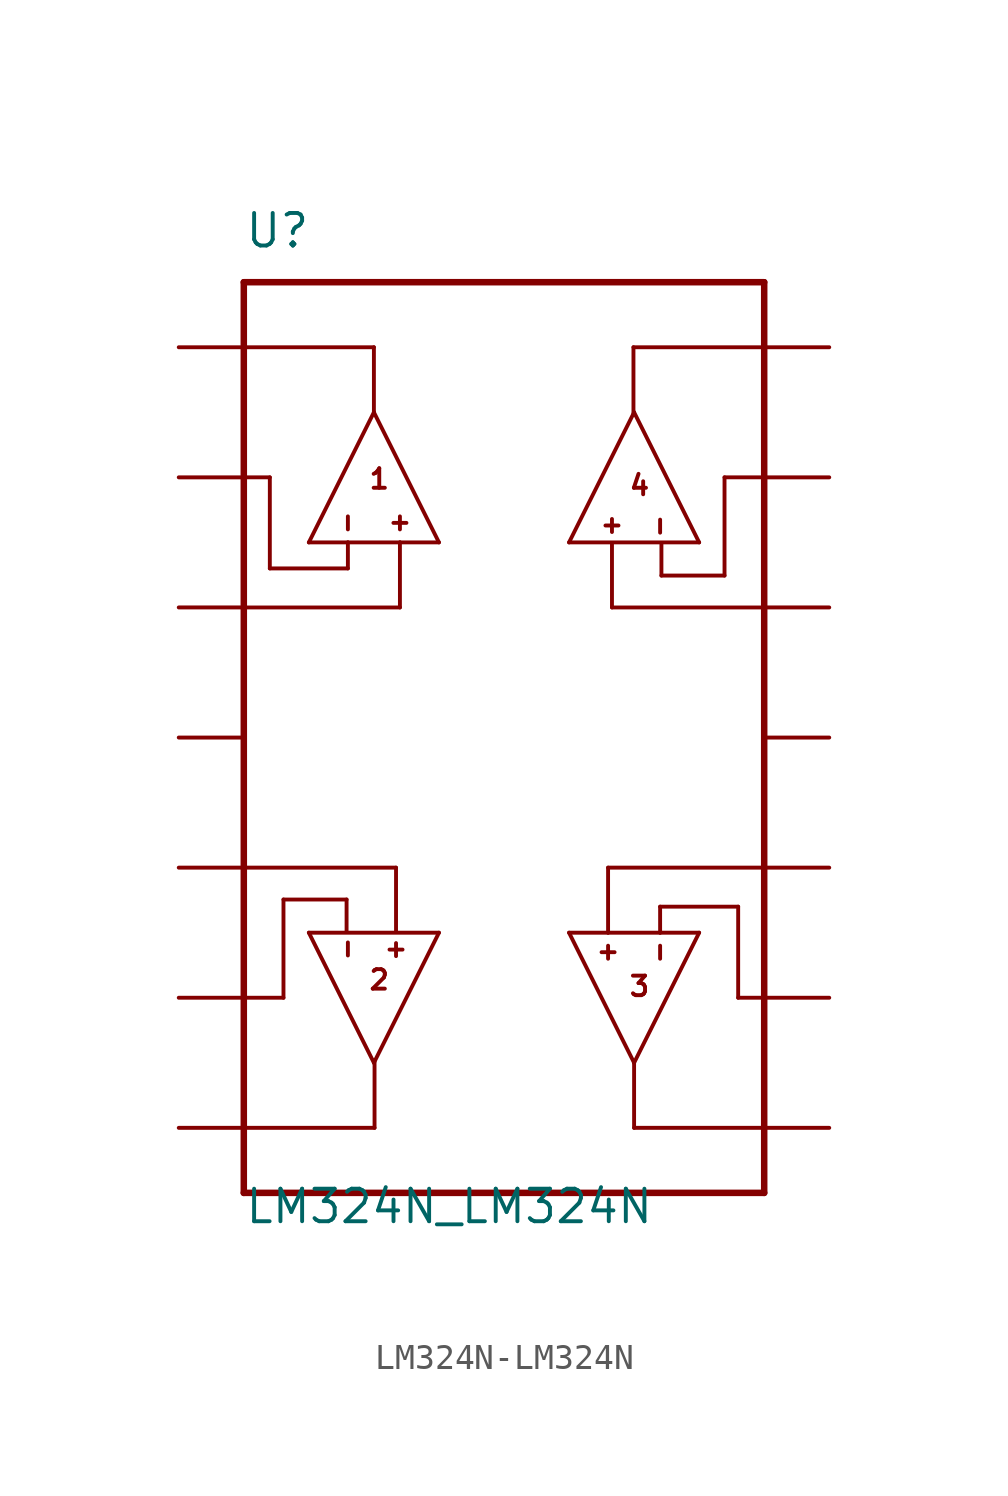
<source format=kicad_sym>
(kicad_symbol_lib
  (version 20220914)
  (generator kicad_symbol_editor)
  (symbol "LM324N-LM324N"
    (pin_numbers hide)
    (pin_names
      (offset 1.016) hide)
    (property "Reference" "U"
      (at -10.16 19.05 0)
      (effects (font (size 1.27 1.27)) (justify left bottom)))
    (property "Value" "LM324N_LM324N"
      (at -10.16 -19.05 0)
      (effects (font (size 1.27 1.27)) (justify left bottom)))
    (property "ki_locked" ""
      (at 0 0 0)
      (effects (font (size 1.27 1.27))))
    (symbol "LM324N-LM324N_0_0"
      (polyline (pts (xy -10.16 -17.78) (xy 10.16 -17.78)) (stroke (width 0.254) (type solid)) (fill (type none)))
      (polyline (pts (xy -10.16 17.78) (xy -10.16 -17.78)) (stroke (width 0.254) (type solid)) (fill (type none)))
      (polyline (pts (xy -9.144 6.604) (xy -9.144 10.16)) (stroke (width 0.152) (type solid)) (fill (type none)))
      (polyline (pts (xy -9.144 10.16) (xy -10.16 10.16)) (stroke (width 0.152) (type solid)) (fill (type none)))
      (polyline (pts (xy -8.611 -10.16) (xy -10.16 -10.16)) (stroke (width 0.152) (type solid)) (fill (type none)))
      (polyline (pts (xy -8.611 -6.325) (xy -8.611 -10.16)) (stroke (width 0.152) (type solid)) (fill (type none)))
      (polyline (pts (xy -7.62 -7.62) (xy -2.54 -7.62)) (stroke (width 0.152) (type solid)) (fill (type none)))
      (polyline (pts (xy -7.62 7.62) (xy -5.08 12.7)) (stroke (width 0.152) (type solid)) (fill (type none)))
      (polyline (pts (xy -6.147 -7.595) (xy -6.147 -6.325)) (stroke (width 0.152) (type solid)) (fill (type none)))
      (polyline (pts (xy -6.147 -6.325) (xy -8.611 -6.325)) (stroke (width 0.152) (type solid)) (fill (type none)))
      (polyline (pts (xy -6.096 -8.509) (xy -6.096 -8.001)) (stroke (width 0.152) (type solid)) (fill (type none)))
      (polyline (pts (xy -6.096 6.604) (xy -9.144 6.604)) (stroke (width 0.152) (type solid)) (fill (type none)))
      (polyline (pts (xy -6.096 7.62) (xy -7.62 7.62)) (stroke (width 0.152) (type solid)) (fill (type none)))
      (polyline (pts (xy -6.096 7.62) (xy -6.096 6.604)) (stroke (width 0.152) (type solid)) (fill (type none)))
      (polyline (pts (xy -6.096 8.636) (xy -6.096 8.128)) (stroke (width 0.152) (type solid)) (fill (type none)))
      (polyline (pts (xy -5.08 -12.7) (xy -7.62 -7.62)) (stroke (width 0.152) (type solid)) (fill (type none)))
      (polyline (pts (xy -5.08 12.7) (xy -5.08 15.24)) (stroke (width 0.152) (type solid)) (fill (type none)))
      (polyline (pts (xy -5.08 12.7) (xy -2.54 7.62)) (stroke (width 0.152) (type solid)) (fill (type none)))
      (polyline (pts (xy -5.08 15.24) (xy -10.16 15.24)) (stroke (width 0.152) (type solid)) (fill (type none)))
      (polyline (pts (xy -5.055 -15.24) (xy -10.16 -15.24)) (stroke (width 0.152) (type solid)) (fill (type none)))
      (polyline (pts (xy -5.055 -12.598) (xy -5.055 -15.24)) (stroke (width 0.152) (type solid)) (fill (type none)))
      (polyline (pts (xy -4.318 8.382) (xy -3.81 8.382)) (stroke (width 0.152) (type solid)) (fill (type none)))
      (polyline (pts (xy -4.216 -8.534) (xy -4.216 -8.026)) (stroke (width 0.152) (type solid)) (fill (type none)))
      (polyline (pts (xy -4.216 -7.569) (xy -4.216 -5.08)) (stroke (width 0.152) (type solid)) (fill (type none)))
      (polyline (pts (xy -4.216 -5.08) (xy -10.16 -5.08)) (stroke (width 0.152) (type solid)) (fill (type none)))
      (polyline (pts (xy -4.064 5.08) (xy -10.16 5.08)) (stroke (width 0.152) (type solid)) (fill (type none)))
      (polyline (pts (xy -4.064 7.62) (xy -6.096 7.62)) (stroke (width 0.152) (type solid)) (fill (type none)))
      (polyline (pts (xy -4.064 7.62) (xy -4.064 5.08)) (stroke (width 0.152) (type solid)) (fill (type none)))
      (polyline (pts (xy -4.064 8.128) (xy -4.064 8.636)) (stroke (width 0.152) (type solid)) (fill (type none)))
      (polyline (pts (xy -3.962 -8.28) (xy -4.47 -8.28)) (stroke (width 0.152) (type solid)) (fill (type none)))
      (polyline (pts (xy -2.54 -7.62) (xy -5.08 -12.7)) (stroke (width 0.152) (type solid)) (fill (type none)))
      (polyline (pts (xy -2.54 7.62) (xy -4.064 7.62)) (stroke (width 0.152) (type solid)) (fill (type none)))
      (polyline (pts (xy 2.54 -7.62) (xy 4.064 -7.62)) (stroke (width 0.152) (type solid)) (fill (type none)))
      (polyline (pts (xy 2.54 7.62) (xy 5.08 12.7)) (stroke (width 0.152) (type solid)) (fill (type none)))
      (polyline (pts (xy 3.962 8.28) (xy 4.47 8.28)) (stroke (width 0.152) (type solid)) (fill (type none)))
      (polyline (pts (xy 4.064 -8.128) (xy 4.064 -8.636)) (stroke (width 0.152) (type solid)) (fill (type none)))
      (polyline (pts (xy 4.064 -7.62) (xy 4.064 -5.08)) (stroke (width 0.152) (type solid)) (fill (type none)))
      (polyline (pts (xy 4.064 -7.62) (xy 6.096 -7.62)) (stroke (width 0.152) (type solid)) (fill (type none)))
      (polyline (pts (xy 4.064 -5.08) (xy 10.16 -5.08)) (stroke (width 0.152) (type solid)) (fill (type none)))
      (polyline (pts (xy 4.216 5.08) (xy 10.16 5.08)) (stroke (width 0.152) (type solid)) (fill (type none)))
      (polyline (pts (xy 4.216 7.569) (xy 4.216 5.08)) (stroke (width 0.152) (type solid)) (fill (type none)))
      (polyline (pts (xy 4.216 8.534) (xy 4.216 8.026)) (stroke (width 0.152) (type solid)) (fill (type none)))
      (polyline (pts (xy 4.318 -8.382) (xy 3.81 -8.382)) (stroke (width 0.152) (type solid)) (fill (type none)))
      (polyline (pts (xy 5.055 12.598) (xy 5.055 15.24)) (stroke (width 0.152) (type solid)) (fill (type none)))
      (polyline (pts (xy 5.055 15.24) (xy 10.16 15.24)) (stroke (width 0.152) (type solid)) (fill (type none)))
      (polyline (pts (xy 5.08 -15.24) (xy 10.16 -15.24)) (stroke (width 0.152) (type solid)) (fill (type none)))
      (polyline (pts (xy 5.08 -12.7) (xy 2.54 -7.62)) (stroke (width 0.152) (type solid)) (fill (type none)))
      (polyline (pts (xy 5.08 -12.7) (xy 5.08 -15.24)) (stroke (width 0.152) (type solid)) (fill (type none)))
      (polyline (pts (xy 5.08 12.7) (xy 7.62 7.62)) (stroke (width 0.152) (type solid)) (fill (type none)))
      (polyline (pts (xy 6.096 -8.636) (xy 6.096 -8.128)) (stroke (width 0.152) (type solid)) (fill (type none)))
      (polyline (pts (xy 6.096 -7.62) (xy 6.096 -6.604)) (stroke (width 0.152) (type solid)) (fill (type none)))
      (polyline (pts (xy 6.096 -7.62) (xy 7.62 -7.62)) (stroke (width 0.152) (type solid)) (fill (type none)))
      (polyline (pts (xy 6.096 -6.604) (xy 9.144 -6.604)) (stroke (width 0.152) (type solid)) (fill (type none)))
      (polyline (pts (xy 6.096 8.509) (xy 6.096 8.001)) (stroke (width 0.152) (type solid)) (fill (type none)))
      (polyline (pts (xy 6.147 6.325) (xy 8.611 6.325)) (stroke (width 0.152) (type solid)) (fill (type none)))
      (polyline (pts (xy 6.147 7.595) (xy 6.147 6.325)) (stroke (width 0.152) (type solid)) (fill (type none)))
      (polyline (pts (xy 7.62 -7.62) (xy 5.08 -12.7)) (stroke (width 0.152) (type solid)) (fill (type none)))
      (polyline (pts (xy 7.62 7.62) (xy 2.54 7.62)) (stroke (width 0.152) (type solid)) (fill (type none)))
      (polyline (pts (xy 8.611 6.325) (xy 8.611 10.16)) (stroke (width 0.152) (type solid)) (fill (type none)))
      (polyline (pts (xy 8.611 10.16) (xy 10.16 10.16)) (stroke (width 0.152) (type solid)) (fill (type none)))
      (polyline (pts (xy 9.144 -10.16) (xy 10.16 -10.16)) (stroke (width 0.152) (type solid)) (fill (type none)))
      (polyline (pts (xy 9.144 -6.604) (xy 9.144 -10.16)) (stroke (width 0.152) (type solid)) (fill (type none)))
      (polyline (pts (xy 10.16 -17.78) (xy 10.16 5.08)) (stroke (width 0.254) (type solid)) (fill (type none)))
      (polyline (pts (xy 10.16 10.16) (xy 10.16 5.08)) (stroke (width 0.254) (type solid)) (fill (type none)))
      (polyline (pts (xy 10.16 15.24) (xy 10.16 10.16)) (stroke (width 0.254) (type solid)) (fill (type none)))
      (polyline (pts (xy 10.16 15.24) (xy 10.16 17.78)) (stroke (width 0.254) (type solid)) (fill (type none)))
      (polyline (pts (xy 10.16 17.78) (xy -10.16 17.78)) (stroke (width 0.254) (type solid)) (fill (type none)))
      (text "1" (at -5.334 9.652 0) (effects (font (size 0.762 0.762)) (justify left bottom)))
      (text "2" (at -5.334 -9.906 0) (effects (font (size 0.762 0.762)) (justify left bottom)))
      (text "3" (at 4.826 -10.16 0) (effects (font (size 0.762 0.762)) (justify left bottom)))
      (text "4" (at 4.826 9.398 0) (effects (font (size 0.762 0.762)) (justify left bottom)))
      (pin output line (at -12.7 15.24 0) (length 2.54) (name "1OUT" (effects (font (size 1.016 1.016)))) (number "1" (effects (font (size 1.016 1.016)))))
      (pin input line (at 12.7 -5.08 180) (length 2.54) (name "3IN+" (effects (font (size 1.016 1.016)))) (number "10" (effects (font (size 1.016 1.016)))))
      (pin power_in line (at 12.7 0 180) (length 2.54) (name "GND" (effects (font (size 1.016 1.016)))) (number "11" (effects (font (size 1.016 1.016)))))
      (pin input line (at 12.7 5.08 180) (length 2.54) (name "4IN+" (effects (font (size 1.016 1.016)))) (number "12" (effects (font (size 1.016 1.016)))))
      (pin input line (at 12.7 10.16 180) (length 2.54) (name "4IN-" (effects (font (size 1.016 1.016)))) (number "13" (effects (font (size 1.016 1.016)))))
      (pin output line (at 12.7 15.24 180) (length 2.54) (name "4OUT" (effects (font (size 1.016 1.016)))) (number "14" (effects (font (size 1.016 1.016)))))
      (pin input line (at -12.7 10.16 0) (length 2.54) (name "1IN-" (effects (font (size 1.016 1.016)))) (number "2" (effects (font (size 1.016 1.016)))))
      (pin input line (at -12.7 5.08 0) (length 2.54) (name "1IN+" (effects (font (size 1.016 1.016)))) (number "3" (effects (font (size 1.016 1.016)))))
      (pin power_in line (at -12.7 0 0) (length 2.54) (name "VCC" (effects (font (size 1.016 1.016)))) (number "4" (effects (font (size 1.016 1.016)))))
      (pin input line (at -12.7 -5.08 0) (length 2.54) (name "2IN+" (effects (font (size 1.016 1.016)))) (number "5" (effects (font (size 1.016 1.016)))))
      (pin input line (at -12.7 -10.16 0) (length 2.54) (name "2IN-" (effects (font (size 1.016 1.016)))) (number "6" (effects (font (size 1.016 1.016)))))
      (pin output line (at -12.7 -15.24 0) (length 2.54) (name "2OUT" (effects (font (size 1.016 1.016)))) (number "7" (effects (font (size 1.016 1.016)))))
      (pin output line (at 12.7 -15.24 180) (length 2.54) (name "3OUT" (effects (font (size 1.016 1.016)))) (number "8" (effects (font (size 1.016 1.016)))))
      (pin input line (at 12.7 -10.16 180) (length 2.54) (name "3IN-" (effects (font (size 1.016 1.016)))) (number "9" (effects (font (size 1.016 1.016))))))))
</source>
